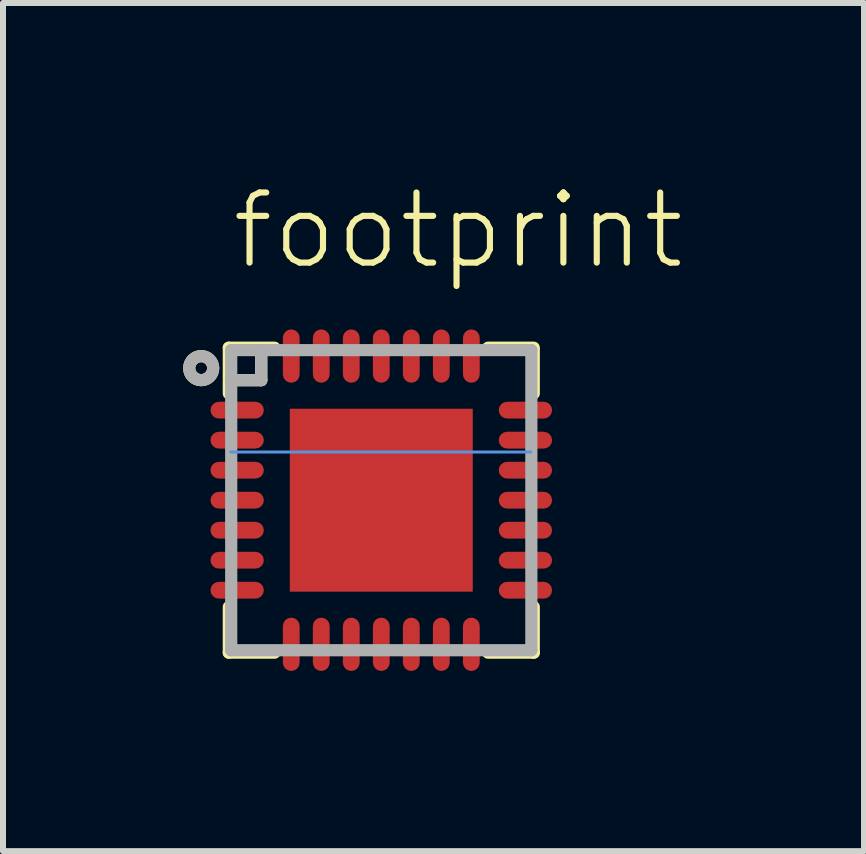
<source format=kicad_pcb>
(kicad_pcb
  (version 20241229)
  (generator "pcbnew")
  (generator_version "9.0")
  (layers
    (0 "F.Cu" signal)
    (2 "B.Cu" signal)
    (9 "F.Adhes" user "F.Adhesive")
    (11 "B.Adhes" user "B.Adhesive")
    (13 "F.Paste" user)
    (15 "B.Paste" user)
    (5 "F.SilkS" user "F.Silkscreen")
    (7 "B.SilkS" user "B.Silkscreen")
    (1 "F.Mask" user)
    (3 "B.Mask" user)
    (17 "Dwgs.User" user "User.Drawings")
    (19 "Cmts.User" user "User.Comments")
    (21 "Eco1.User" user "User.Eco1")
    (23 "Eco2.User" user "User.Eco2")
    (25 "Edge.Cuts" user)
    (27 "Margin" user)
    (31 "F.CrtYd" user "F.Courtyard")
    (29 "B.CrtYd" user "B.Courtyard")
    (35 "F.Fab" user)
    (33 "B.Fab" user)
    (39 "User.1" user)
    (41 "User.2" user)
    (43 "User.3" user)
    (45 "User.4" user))
  (footprint "footprint"
    (layer "F.Cu")
    (at 3.302 5.283)
    (property "Reference" "footprint" (at -2.54 -3.81 0) (layer "F.SilkS") (effects (font (size 1.168 1.168) (thickness 0.102)) (justify left bottom)))
    (fp_line (start -2.54 -2.54) (end -2.54 -1.778) (stroke (width 0.203) (type solid)) (layer "F.SilkS"))
    (fp_line (start -2.54 -2.54) (end -1.778 -2.54) (stroke (width 0.203) (type solid)) (layer "F.SilkS"))
    (fp_line (start -2.54 2.54) (end -2.54 1.778) (stroke (width 0.203) (type solid)) (layer "F.SilkS"))
    (fp_line (start -2.54 2.54) (end -1.778 2.54) (stroke (width 0.203) (type solid)) (layer "F.SilkS"))
    (fp_line (start -2 -2.5) (end -2 -2) (stroke (width 0.203) (type solid)) (layer "F.SilkS"))
    (fp_line (start -2 -2) (end -2.5 -2) (stroke (width 0.203) (type solid)) (layer "F.SilkS"))
    (fp_line (start 2.54 -2.54) (end 1.778 -2.54) (stroke (width 0.203) (type solid)) (layer "F.SilkS"))
    (fp_line (start 2.54 -2.5) (end 2.54 -1.778) (stroke (width 0.203) (type solid)) (layer "F.SilkS"))
    (fp_line (start 2.54 2.54) (end 1.778 2.54) (stroke (width 0.203) (type solid)) (layer "F.SilkS"))
    (fp_line (start 2.54 2.54) (end 2.54 1.778) (stroke (width 0.203) (type solid)) (layer "F.SilkS"))
    (fp_circle (center -3 -2.2) (end -2.8 -2.2) (stroke (width 0.203) (type solid)) (fill no) (layer "F.SilkS"))
    (fp_poly (pts (xy -1.397 -0.127) (xy -0.127 -0.127) (xy -0.127 -1.397) (xy -1.397 -1.397)) (stroke (width 0) (type solid)) (fill yes) (layer "F.Paste"))
    (fp_poly (pts (xy -1.397 1.397) (xy -0.127 1.397) (xy -0.127 0.127) (xy -1.397 0.127)) (stroke (width 0) (type solid)) (fill yes) (layer "F.Paste"))
    (fp_poly (pts (xy 0.127 -0.127) (xy 1.397 -0.127) (xy 1.397 -1.397) (xy 0.127 -1.397)) (stroke (width 0) (type solid)) (fill yes) (layer "F.Paste"))
    (fp_poly (pts (xy 0.127 1.397) (xy 1.397 1.397) (xy 1.397 0.127) (xy 0.127 0.127)) (stroke (width 0) (type solid)) (fill yes) (layer "F.Paste"))
    (fp_line (start 2.492 -0.802) (end -2.508 -0.802) (stroke (width 0.05) (type solid)) (layer "Cmts.User"))
    (fp_line (start -2.5 -2.5) (end -2.5 -2) (stroke (width 0.203) (type solid)) (layer "F.Fab"))
    (fp_line (start -2.5 -2) (end -2.5 2.5) (stroke (width 0.203) (type solid)) (layer "F.Fab"))
    (fp_line (start -2.5 2.5) (end 2.5 2.5) (stroke (width 0.203) (type solid)) (layer "F.Fab"))
    (fp_line (start -2 -2.5) (end -2.5 -2.5) (stroke (width 0.203) (type solid)) (layer "F.Fab"))
    (fp_line (start -2 -2.5) (end -2 -2) (stroke (width 0.203) (type solid)) (layer "F.Fab"))
    (fp_line (start -2 -2) (end -2.5 -2) (stroke (width 0.203) (type solid)) (layer "F.Fab"))
    (fp_line (start 2.5 -2.5) (end -2 -2.5) (stroke (width 0.203) (type solid)) (layer "F.Fab"))
    (fp_line (start 2.5 2.5) (end 2.5 -2.5) (stroke (width 0.203) (type solid)) (layer "F.Fab"))
    (fp_circle (center -3 -2.2) (end -2.8 -2.2) (stroke (width 0.203) (type solid)) (fill no) (layer "F.Fab"))
    (pad "P$1" smd roundrect (at -2.401 -1.5 90) (size 0.28 0.889) (layers "F.Cu" "F.Mask" "F.Paste") (roundrect_rratio 0.5))
    (pad "P$2" smd roundrect (at -2.401 -1 90) (size 0.28 0.889) (layers "F.Cu" "F.Mask" "F.Paste") (roundrect_rratio 0.5))
    (pad "P$3" smd roundrect (at -2.401 -0.5 90) (size 0.28 0.889) (layers "F.Cu" "F.Mask" "F.Paste") (roundrect_rratio 0.5))
    (pad "P$4" smd roundrect (at -2.401 0 90) (size 0.28 0.889) (layers "F.Cu" "F.Mask" "F.Paste") (roundrect_rratio 0.5))
    (pad "P$5" smd roundrect (at -2.401 0.5 90) (size 0.28 0.889) (layers "F.Cu" "F.Mask" "F.Paste") (roundrect_rratio 0.5))
    (pad "P$6" smd roundrect (at -2.401 1 90) (size 0.28 0.889) (layers "F.Cu" "F.Mask" "F.Paste") (roundrect_rratio 0.5))
    (pad "P$7" smd roundrect (at -2.401 1.5 90) (size 0.28 0.889) (layers "F.Cu" "F.Mask" "F.Paste") (roundrect_rratio 0.5))
    (pad "P$8" smd roundrect (at -1.5 2.401 180) (size 0.28 0.889) (layers "F.Cu" "F.Mask" "F.Paste") (roundrect_rratio 0.5))
    (pad "P$9" smd roundrect (at -1 2.401 180) (size 0.28 0.889) (layers "F.Cu" "F.Mask" "F.Paste") (roundrect_rratio 0.5))
    (pad "P$10" smd roundrect (at -0.5 2.401 180) (size 0.28 0.889) (layers "F.Cu" "F.Mask" "F.Paste") (roundrect_rratio 0.5))
    (pad "P$11" smd roundrect (at 0 2.401 180) (size 0.28 0.889) (layers "F.Cu" "F.Mask" "F.Paste") (roundrect_rratio 0.5))
    (pad "P$12" smd roundrect (at 0.5 2.401 180) (size 0.28 0.889) (layers "F.Cu" "F.Mask" "F.Paste") (roundrect_rratio 0.5))
    (pad "P$13" smd roundrect (at 1 2.401 180) (size 0.28 0.889) (layers "F.Cu" "F.Mask" "F.Paste") (roundrect_rratio 0.5))
    (pad "P$14" smd roundrect (at 1.5 2.401 180) (size 0.28 0.889) (layers "F.Cu" "F.Mask" "F.Paste") (roundrect_rratio 0.5))
    (pad "P$15" smd roundrect (at 2.401 1.5 270) (size 0.28 0.889) (layers "F.Cu" "F.Mask" "F.Paste") (roundrect_rratio 0.5))
    (pad "P$16" smd roundrect (at 2.401 1 270) (size 0.28 0.889) (layers "F.Cu" "F.Mask" "F.Paste") (roundrect_rratio 0.5))
    (pad "P$17" smd roundrect (at 2.401 0.5 270) (size 0.28 0.889) (layers "F.Cu" "F.Mask" "F.Paste") (roundrect_rratio 0.5))
    (pad "P$18" smd roundrect (at 2.401 0 270) (size 0.28 0.889) (layers "F.Cu" "F.Mask" "F.Paste") (roundrect_rratio 0.5))
    (pad "P$19" smd roundrect (at 2.401 -0.5 270) (size 0.28 0.889) (layers "F.Cu" "F.Mask" "F.Paste") (roundrect_rratio 0.5))
    (pad "P$20" smd roundrect (at 2.401 -1 270) (size 0.28 0.889) (layers "F.Cu" "F.Mask" "F.Paste") (roundrect_rratio 0.5))
    (pad "P$21" smd roundrect (at 2.401 -1.5 270) (size 0.28 0.889) (layers "F.Cu" "F.Mask" "F.Paste") (roundrect_rratio 0.5))
    (pad "P$22" smd roundrect (at 1.5 -2.401) (size 0.28 0.889) (layers "F.Cu" "F.Mask" "F.Paste") (roundrect_rratio 0.5))
    (pad "P$23" smd roundrect (at 1 -2.401) (size 0.28 0.889) (layers "F.Cu" "F.Mask" "F.Paste") (roundrect_rratio 0.5))
    (pad "P$24" smd roundrect (at 0.5 -2.401) (size 0.28 0.889) (layers "F.Cu" "F.Mask" "F.Paste") (roundrect_rratio 0.5))
    (pad "P$25" smd roundrect (at 0 -2.401) (size 0.28 0.889) (layers "F.Cu" "F.Mask" "F.Paste") (roundrect_rratio 0.5))
    (pad "P$26" smd roundrect (at -0.5 -2.401) (size 0.28 0.889) (layers "F.Cu" "F.Mask" "F.Paste") (roundrect_rratio 0.5))
    (pad "P$27" smd roundrect (at -1 -2.401) (size 0.28 0.889) (layers "F.Cu" "F.Mask" "F.Paste") (roundrect_rratio 0.5))
    (pad "P$28" smd roundrect (at -1.5 -2.401) (size 0.28 0.889) (layers "F.Cu" "F.Mask" "F.Paste") (roundrect_rratio 0.5))
    (pad "P$29" smd rect (at 0 0) (size 3.048 3.048) (layers "F.Cu" "F.Mask")))
  (gr_rect
    (start -3 -3)
    (end 11.344 11.129)
    (stroke (width 0.1) (type default))
    (fill no)
    (layer "Edge.Cuts")))
</source>
